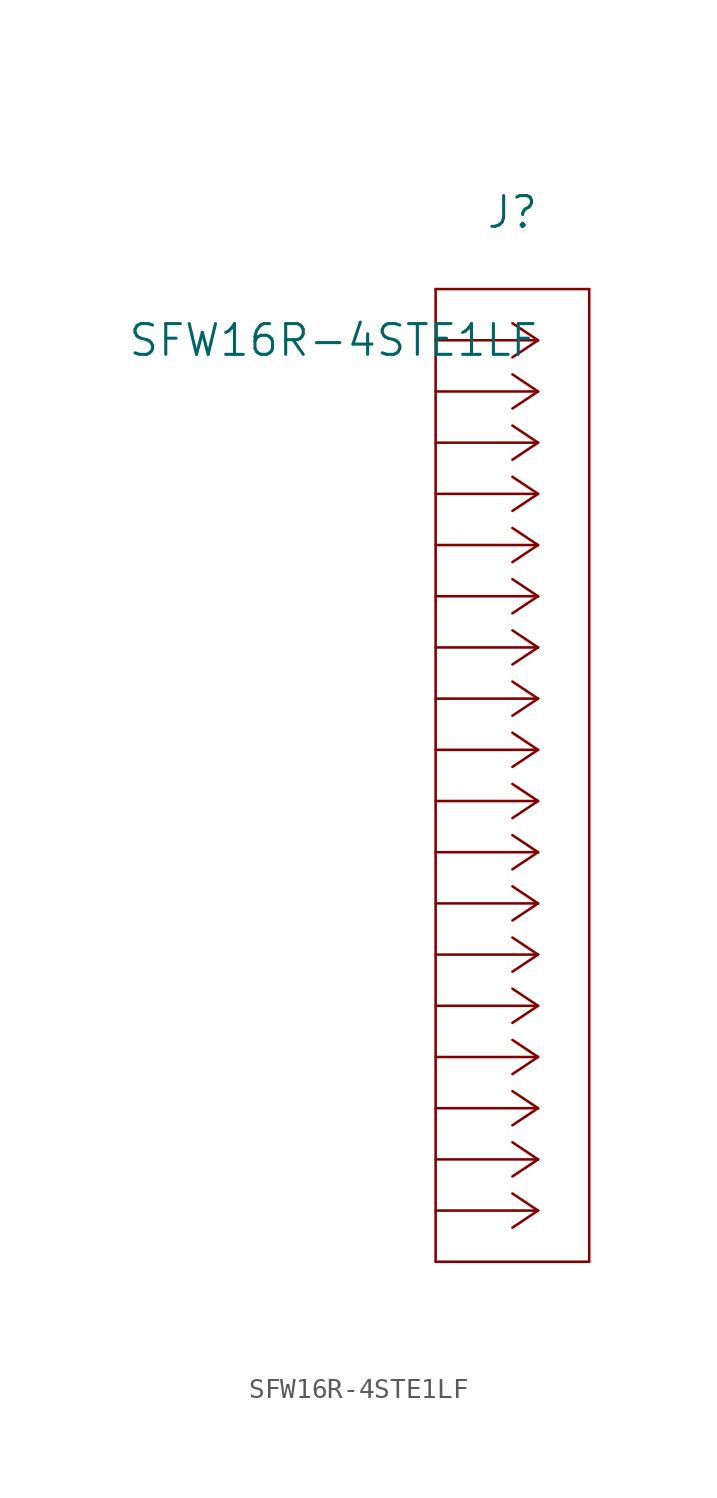
<source format=kicad_sym>
(kicad_symbol_lib
  (version 20211014)
  (generator kicad_symbol_editor)
  (symbol "SFW16R-4STE1LF"
    (pin_names
      (offset 0.254))
    (property "Reference" "J"
      (at 8.89 6.35 0)
      (effects (font (size 1.524 1.524))))
    (property "Value" "SFW16R-4STE1LF"
      (at 0 0 0)
      (effects (font (size 1.524 1.524))))
    (symbol "SFW16R-4STE1LF_0_1"
      (polyline (pts (xy 10.16 0) (xy 5.08 0)) (stroke (width .127) (type default) (color 0 0 0 0)) (fill (type none)))
      (polyline (pts (xy 10.16 -2.54) (xy 5.08 -2.54)) (stroke (width .127) (type default) (color 0 0 0 0)) (fill (type none)))
      (polyline (pts (xy 10.16 -5.08) (xy 5.08 -5.08)) (stroke (width .127) (type default) (color 0 0 0 0)) (fill (type none)))
      (polyline (pts (xy 10.16 -7.62) (xy 5.08 -7.62)) (stroke (width .127) (type default) (color 0 0 0 0)) (fill (type none)))
      (polyline (pts (xy 10.16 -10.16) (xy 5.08 -10.16)) (stroke (width .127) (type default) (color 0 0 0 0)) (fill (type none)))
      (polyline (pts (xy 10.16 -12.7) (xy 5.08 -12.7)) (stroke (width .127) (type default) (color 0 0 0 0)) (fill (type none)))
      (polyline (pts (xy 10.16 -15.24) (xy 5.08 -15.24)) (stroke (width .127) (type default) (color 0 0 0 0)) (fill (type none)))
      (polyline (pts (xy 10.16 -17.78) (xy 5.08 -17.78)) (stroke (width .127) (type default) (color 0 0 0 0)) (fill (type none)))
      (polyline (pts (xy 10.16 -20.32) (xy 5.08 -20.32)) (stroke (width .127) (type default) (color 0 0 0 0)) (fill (type none)))
      (polyline (pts (xy 10.16 -22.86) (xy 5.08 -22.86)) (stroke (width .127) (type default) (color 0 0 0 0)) (fill (type none)))
      (polyline (pts (xy 10.16 -25.4) (xy 5.08 -25.4)) (stroke (width .127) (type default) (color 0 0 0 0)) (fill (type none)))
      (polyline (pts (xy 10.16 -27.94) (xy 5.08 -27.94)) (stroke (width .127) (type default) (color 0 0 0 0)) (fill (type none)))
      (polyline (pts (xy 10.16 -30.48) (xy 5.08 -30.48)) (stroke (width .127) (type default) (color 0 0 0 0)) (fill (type none)))
      (polyline (pts (xy 10.16 -33.02) (xy 5.08 -33.02)) (stroke (width .127) (type default) (color 0 0 0 0)) (fill (type none)))
      (polyline (pts (xy 10.16 -35.56) (xy 5.08 -35.56)) (stroke (width .127) (type default) (color 0 0 0 0)) (fill (type none)))
      (polyline (pts (xy 10.16 -38.1) (xy 5.08 -38.1)) (stroke (width .127) (type default) (color 0 0 0 0)) (fill (type none)))
      (polyline (pts (xy 10.16 -40.64) (xy 5.08 -40.64)) (stroke (width .127) (type default) (color 0 0 0 0)) (fill (type none)))
      (polyline (pts (xy 10.16 -43.18) (xy 5.08 -43.18)) (stroke (width .127) (type default) (color 0 0 0 0)) (fill (type none)))
      (polyline (pts (xy 10.16 0) (xy 8.89 .846666)) (stroke (width .127) (type default) (color 0 0 0 0)) (fill (type none)))
      (polyline (pts (xy 10.16 -2.54) (xy 8.89 -1.693)) (stroke (width .127) (type default) (color 0 0 0 0)) (fill (type none)))
      (polyline (pts (xy 10.16 -5.08) (xy 8.89 -4.233)) (stroke (width .127) (type default) (color 0 0 0 0)) (fill (type none)))
      (polyline (pts (xy 10.16 -7.62) (xy 8.89 -6.773)) (stroke (width .127) (type default) (color 0 0 0 0)) (fill (type none)))
      (polyline (pts (xy 10.16 -10.16) (xy 8.89 -9.313)) (stroke (width .127) (type default) (color 0 0 0 0)) (fill (type none)))
      (polyline (pts (xy 10.16 -12.7) (xy 8.89 -11.853)) (stroke (width .127) (type default) (color 0 0 0 0)) (fill (type none)))
      (polyline (pts (xy 10.16 -15.24) (xy 8.89 -14.393)) (stroke (width .127) (type default) (color 0 0 0 0)) (fill (type none)))
      (polyline (pts (xy 10.16 -17.78) (xy 8.89 -16.933)) (stroke (width .127) (type default) (color 0 0 0 0)) (fill (type none)))
      (polyline (pts (xy 10.16 -20.32) (xy 8.89 -19.473)) (stroke (width .127) (type default) (color 0 0 0 0)) (fill (type none)))
      (polyline (pts (xy 10.16 -22.86) (xy 8.89 -22.013)) (stroke (width .127) (type default) (color 0 0 0 0)) (fill (type none)))
      (polyline (pts (xy 10.16 -25.4) (xy 8.89 -24.553)) (stroke (width .127) (type default) (color 0 0 0 0)) (fill (type none)))
      (polyline (pts (xy 10.16 -27.94) (xy 8.89 -27.093)) (stroke (width .127) (type default) (color 0 0 0 0)) (fill (type none)))
      (polyline (pts (xy 10.16 -30.48) (xy 8.89 -29.633)) (stroke (width .127) (type default) (color 0 0 0 0)) (fill (type none)))
      (polyline (pts (xy 10.16 -33.02) (xy 8.89 -32.173)) (stroke (width .127) (type default) (color 0 0 0 0)) (fill (type none)))
      (polyline (pts (xy 10.16 -35.56) (xy 8.89 -34.713)) (stroke (width .127) (type default) (color 0 0 0 0)) (fill (type none)))
      (polyline (pts (xy 10.16 -38.1) (xy 8.89 -37.253)) (stroke (width .127) (type default) (color 0 0 0 0)) (fill (type none)))
      (polyline (pts (xy 10.16 -40.64) (xy 8.89 -39.793)) (stroke (width .127) (type default) (color 0 0 0 0)) (fill (type none)))
      (polyline (pts (xy 10.16 -43.18) (xy 8.89 -42.333)) (stroke (width .127) (type default) (color 0 0 0 0)) (fill (type none)))
      (polyline (pts (xy 10.16 0) (xy 8.89 -.846666)) (stroke (width .127) (type default) (color 0 0 0 0)) (fill (type none)))
      (polyline (pts (xy 10.16 -2.54) (xy 8.89 -3.387)) (stroke (width .127) (type default) (color 0 0 0 0)) (fill (type none)))
      (polyline (pts (xy 10.16 -5.08) (xy 8.89 -5.927)) (stroke (width .127) (type default) (color 0 0 0 0)) (fill (type none)))
      (polyline (pts (xy 10.16 -7.62) (xy 8.89 -8.467)) (stroke (width .127) (type default) (color 0 0 0 0)) (fill (type none)))
      (polyline (pts (xy 10.16 -10.16) (xy 8.89 -11.007)) (stroke (width .127) (type default) (color 0 0 0 0)) (fill (type none)))
      (polyline (pts (xy 10.16 -12.7) (xy 8.89 -13.547)) (stroke (width .127) (type default) (color 0 0 0 0)) (fill (type none)))
      (polyline (pts (xy 10.16 -15.24) (xy 8.89 -16.087)) (stroke (width .127) (type default) (color 0 0 0 0)) (fill (type none)))
      (polyline (pts (xy 10.16 -17.78) (xy 8.89 -18.627)) (stroke (width .127) (type default) (color 0 0 0 0)) (fill (type none)))
      (polyline (pts (xy 10.16 -20.32) (xy 8.89 -21.167)) (stroke (width .127) (type default) (color 0 0 0 0)) (fill (type none)))
      (polyline (pts (xy 10.16 -22.86) (xy 8.89 -23.707)) (stroke (width .127) (type default) (color 0 0 0 0)) (fill (type none)))
      (polyline (pts (xy 10.16 -25.4) (xy 8.89 -26.247)) (stroke (width .127) (type default) (color 0 0 0 0)) (fill (type none)))
      (polyline (pts (xy 10.16 -27.94) (xy 8.89 -28.787)) (stroke (width .127) (type default) (color 0 0 0 0)) (fill (type none)))
      (polyline (pts (xy 10.16 -30.48) (xy 8.89 -31.327)) (stroke (width .127) (type default) (color 0 0 0 0)) (fill (type none)))
      (polyline (pts (xy 10.16 -33.02) (xy 8.89 -33.867)) (stroke (width .127) (type default) (color 0 0 0 0)) (fill (type none)))
      (polyline (pts (xy 10.16 -35.56) (xy 8.89 -36.407)) (stroke (width .127) (type default) (color 0 0 0 0)) (fill (type none)))
      (polyline (pts (xy 10.16 -38.1) (xy 8.89 -38.947)) (stroke (width .127) (type default) (color 0 0 0 0)) (fill (type none)))
      (polyline (pts (xy 10.16 -40.64) (xy 8.89 -41.487)) (stroke (width .127) (type default) (color 0 0 0 0)) (fill (type none)))
      (polyline (pts (xy 10.16 -43.18) (xy 8.89 -44.027)) (stroke (width .127) (type default) (color 0 0 0 0)) (fill (type none)))
      (polyline (pts (xy 5.08 2.54) (xy 5.08 -45.72)) (stroke (width .127) (type default) (color 0 0 0 0)) (fill (type none)))
      (polyline (pts (xy 5.08 -45.72) (xy 12.7 -45.72)) (stroke (width .127) (type default) (color 0 0 0 0)) (fill (type none)))
      (polyline (pts (xy 12.7 -45.72) (xy 12.7 2.54)) (stroke (width .127) (type default) (color 0 0 0 0)) (fill (type none)))
      (polyline (pts (xy 12.7 2.54) (xy 5.08 2.54)) (stroke (width .127) (type default) (color 0 0 0 0)) (fill (type none))))))
</source>
